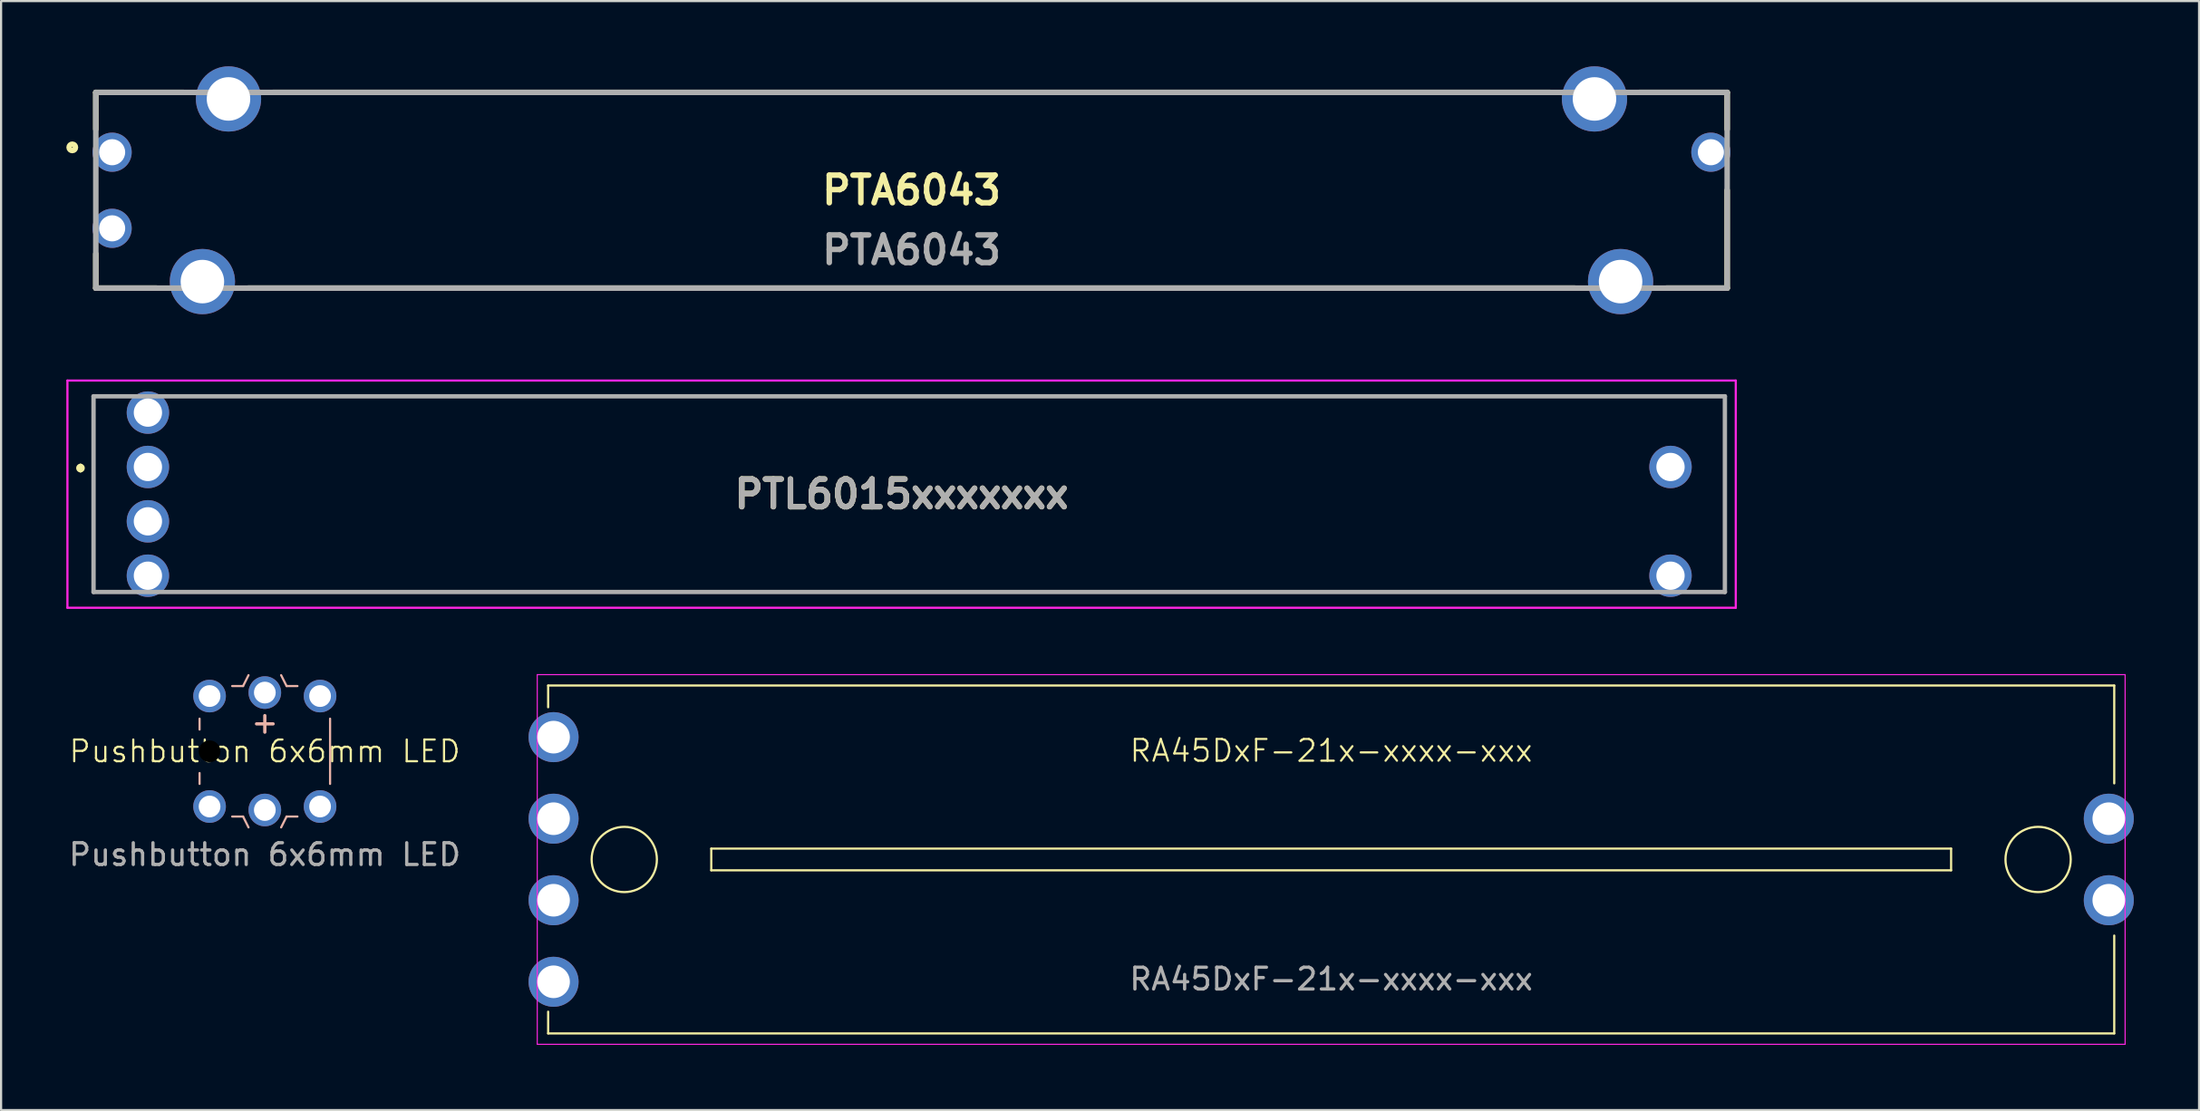
<source format=kicad_pcb>
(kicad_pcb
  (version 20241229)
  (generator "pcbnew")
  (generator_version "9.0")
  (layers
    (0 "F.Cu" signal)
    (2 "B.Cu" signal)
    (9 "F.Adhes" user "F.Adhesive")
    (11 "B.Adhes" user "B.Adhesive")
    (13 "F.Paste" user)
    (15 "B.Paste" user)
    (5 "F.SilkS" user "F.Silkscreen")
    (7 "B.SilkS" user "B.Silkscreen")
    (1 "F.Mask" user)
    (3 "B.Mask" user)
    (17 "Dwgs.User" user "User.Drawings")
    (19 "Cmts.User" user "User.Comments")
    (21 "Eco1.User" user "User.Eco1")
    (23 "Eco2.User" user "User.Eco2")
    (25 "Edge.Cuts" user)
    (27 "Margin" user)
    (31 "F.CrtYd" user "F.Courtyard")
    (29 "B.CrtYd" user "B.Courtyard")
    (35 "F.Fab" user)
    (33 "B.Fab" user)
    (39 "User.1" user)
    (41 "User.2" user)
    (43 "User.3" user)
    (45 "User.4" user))
  (footprint "Pushbutton 6x6mm LED"
    (layer "F.Cu")
    (at 9.125 31.5)
    (property "Reference" "Pushbutton 6x6mm LED" (at 0 0 0) (unlocked yes) (layer "F.SilkS") (effects (font (size 1 1) (thickness 0.1))))
    (attr through_hole)
    (fp_line (start -3 -1.5) (end -3 -1) (stroke (width 0.1) (type default)) (layer "B.SilkS"))
    (fp_line (start -3 1) (end -3 1.5) (stroke (width 0.1) (type default)) (layer "B.SilkS"))
    (fp_line (start -1.5 -3) (end -1 -3) (stroke (width 0.1) (type default)) (layer "B.SilkS"))
    (fp_line (start -1.5 3) (end -1 3) (stroke (width 0.1) (type default)) (layer "B.SilkS"))
    (fp_line (start -1 3) (end -0.75 3.5) (stroke (width 0.1) (type default)) (layer "B.SilkS"))
    (fp_line (start -0.75 -3.5) (end -1 -3) (stroke (width 0.1) (type default)) (layer "B.SilkS"))
    (fp_line (start 0.75 -3.5) (end 1 -3) (stroke (width 0.1) (type default)) (layer "B.SilkS"))
    (fp_line (start 1 -3) (end 1.5 -3) (stroke (width 0.1) (type default)) (layer "B.SilkS"))
    (fp_line (start 1 3) (end 0.75 3.5) (stroke (width 0.1) (type default)) (layer "B.SilkS"))
    (fp_line (start 1 3) (end 1.5 3) (stroke (width 0.1) (type default)) (layer "B.SilkS"))
    (fp_line (start 3 -1.5) (end 3 1.5) (stroke (width 0.1) (type default)) (layer "B.SilkS"))
    (fp_text user "+" (at 0 -0.75 0) (unlocked yes) (layer "B.SilkS") (effects (font (size 1 1) (thickness 0.15)) (justify bottom mirror)))
    (fp_text user "${REFERENCE}" (at 0 4.75 0) (unlocked yes) (layer "F.Fab") (effects (font (size 1 1) (thickness 0.15))))
    (pad "" np_thru_hole circle (at -2.54 0) (size 1.5 1.5) (drill 1) (layers "*.Mask"))
    (pad "1" thru_hole circle (at 2.54 -2.54) (size 1.5 1.5) (drill 1) (layers "*.Cu" "*.Mask"))
    (pad "1" thru_hole circle (at 2.54 2.54) (size 1.5 1.5) (drill 1) (layers "*.Cu" "*.Mask"))
    (pad "2" thru_hole circle (at -2.54 -2.54) (size 1.5 1.5) (drill 1) (layers "*.Cu" "*.Mask"))
    (pad "2" thru_hole circle (at -2.54 2.54) (size 1.5 1.5) (drill 1) (layers "*.Cu" "*.Mask"))
    (pad "3" thru_hole circle (at 0 2.7) (size 1.5 1.5) (drill 1) (layers "*.Cu" "*.Mask"))
    (pad "4" thru_hole circle (at 0 -2.7) (size 1.5 1.5) (drill 1) (layers "*.Cu" "*.Mask")))
  (footprint "RA45DxF-21x-xxxx-xxx"
    (layer "F.Cu")
    (at 58.15 36.475)
    (property "Reference" "RA45DxF-21x-xxxx-xxx" (at 0 -5 0) (unlocked yes) (layer "F.SilkS") (effects (font (size 1 1) (thickness 0.1))))
    (attr through_hole)
    (fp_line (start -36 -8) (end -36 -7) (stroke (width 0.1) (type default)) (layer "F.SilkS"))
    (fp_line (start -36 7) (end -36 8) (stroke (width 0.1) (type default)) (layer "F.SilkS"))
    (fp_line (start -36 8) (end 36 8) (stroke (width 0.1) (type default)) (layer "F.SilkS"))
    (fp_line (start -28.5 -0.5) (end -28.5 0.5) (stroke (width 0.1) (type default)) (layer "F.SilkS"))
    (fp_line (start -28.5 -0.5) (end 28.5 -0.5) (stroke (width 0.1) (type default)) (layer "F.SilkS"))
    (fp_line (start 28.5 -0.5) (end 28.5 0.5) (stroke (width 0.1) (type default)) (layer "F.SilkS"))
    (fp_line (start 28.5 0.5) (end -28.5 0.5) (stroke (width 0.1) (type default)) (layer "F.SilkS"))
    (fp_line (start 36 -8) (end -36 -8) (stroke (width 0.1) (type default)) (layer "F.SilkS"))
    (fp_line (start 36 -3.5) (end 36 -8) (stroke (width 0.1) (type default)) (layer "F.SilkS"))
    (fp_line (start 36 8) (end 36 3.5) (stroke (width 0.1) (type default)) (layer "F.SilkS"))
    (fp_circle (center -32.5 0) (end -31 0) (stroke (width 0.1) (type default)) (fill no) (layer "F.SilkS"))
    (fp_circle (center 32.5 0) (end 34 0) (stroke (width 0.1) (type default)) (fill no) (layer "F.SilkS"))
    (fp_line (start -36.5 -8.5) (end 36.5 -8.5) (stroke (width 0.05) (type default)) (layer "F.CrtYd"))
    (fp_line (start -36.5 8.5) (end -36.5 -8.5) (stroke (width 0.05) (type default)) (layer "F.CrtYd"))
    (fp_line (start 36.5 -8.5) (end 36.5 8.5) (stroke (width 0.05) (type default)) (layer "F.CrtYd"))
    (fp_line (start 36.5 8.5) (end -36.5 8.5) (stroke (width 0.05) (type default)) (layer "F.CrtYd"))
    (fp_text user "${REFERENCE}" (at 0 5.5 0) (unlocked yes) (layer "F.Fab") (effects (font (size 1 1) (thickness 0.15))))
    (pad "1" thru_hole circle (at -35.75 -1.875) (size 2.3 2.3) (drill 1.5) (layers "*.Cu" "*.Mask"))
    (pad "2" thru_hole circle (at -35.75 -5.625) (size 2.3 2.3) (drill 1.5) (layers "*.Cu" "*.Mask"))
    (pad "3" thru_hole circle (at 35.75 -1.875) (size 2.3 2.3) (drill 1.5) (layers "*.Cu" "*.Mask"))
    (pad "4" thru_hole circle (at -35.75 1.875) (size 2.3 2.3) (drill 1.5) (layers "*.Cu" "*.Mask"))
    (pad "5" thru_hole circle (at -35.75 5.625) (size 2.3 2.3) (drill 1.5) (layers "*.Cu" "*.Mask"))
    (pad "6" thru_hole circle (at 35.75 1.875) (size 2.3 2.3) (drill 1.5) (layers "*.Cu" "*.Mask")))
  (footprint "PTL6015xxxxxxx"
    (layer "F.Cu")
    (at 38.75 19.675)
    (property "Reference" "PTL6015xxxxxxx" (at -0.35 0 0) (layer "F.SilkS") (effects (font (size 1.27 1.27) (thickness 0.254))))
    (attr through_hole)
    (fp_line (start -38.1 -1.3) (end -38.1 -1.3) (stroke (width 0.2) (type solid)) (layer "F.SilkS"))
    (fp_line (start -38.1 -1.1) (end -38.1 -1.1) (stroke (width 0.2) (type solid)) (layer "F.SilkS"))
    (fp_line (start -37.5 -4.5) (end -37.5 4.5) (stroke (width 0.1) (type solid)) (layer "F.SilkS"))
    (fp_line (start -37.5 4.5) (end -36.5 4.5) (stroke (width 0.1) (type solid)) (layer "F.SilkS"))
    (fp_line (start -36.5 -4.5) (end -37.5 -4.5) (stroke (width 0.1) (type solid)) (layer "F.SilkS"))
    (fp_line (start -33.5 4.5) (end 33.5 4.5) (stroke (width 0.1) (type solid)) (layer "F.SilkS"))
    (fp_line (start 36.5 4.5) (end 37.5 4.5) (stroke (width 0.1) (type solid)) (layer "F.SilkS"))
    (fp_line (start 37.5 -4.5) (end -33.5 -4.5) (stroke (width 0.1) (type solid)) (layer "F.SilkS"))
    (fp_line (start 37.5 4.5) (end 37.5 -4.5) (stroke (width 0.1) (type solid)) (layer "F.SilkS"))
    (fp_arc (start -38.1 -1.3) (mid -38 -1.2) (end -38.1 -1.1) (stroke (width 0.2) (type solid)) (layer "F.SilkS"))
    (fp_arc (start -38.1 -1.1) (mid -38.2 -1.2) (end -38.1 -1.3) (stroke (width 0.2) (type solid)) (layer "F.SilkS"))
    (fp_line (start -38.7 -5.225) (end 38 -5.225) (stroke (width 0.1) (type solid)) (layer "F.CrtYd"))
    (fp_line (start -38.7 5.225) (end -38.7 -5.225) (stroke (width 0.1) (type solid)) (layer "F.CrtYd"))
    (fp_line (start 38 -5.225) (end 38 5.225) (stroke (width 0.1) (type solid)) (layer "F.CrtYd"))
    (fp_line (start 38 5.225) (end -38.7 5.225) (stroke (width 0.1) (type solid)) (layer "F.CrtYd"))
    (fp_line (start -37.5 -4.5) (end 37.5 -4.5) (stroke (width 0.2) (type solid)) (layer "F.Fab"))
    (fp_line (start -37.5 4.5) (end -37.5 -4.5) (stroke (width 0.2) (type solid)) (layer "F.Fab"))
    (fp_line (start 37.5 -4.5) (end 37.5 4.5) (stroke (width 0.2) (type solid)) (layer "F.Fab"))
    (fp_line (start 37.5 4.5) (end -37.5 4.5) (stroke (width 0.2) (type solid)) (layer "F.Fab"))
    (fp_text user "${REFERENCE}" (at -0.35 0 0) (layer "F.Fab") (effects (font (size 1.27 1.27) (thickness 0.254))))
    (pad "1" thru_hole circle (at -35 -1.25) (size 1.95 1.95) (drill 1.3) (layers "*.Cu" "*.Mask"))
    (pad "2" thru_hole circle (at -35 -3.75) (size 1.95 1.95) (drill 1.3) (layers "*.Cu" "*.Mask"))
    (pad "3" thru_hole circle (at 35 -1.25) (size 1.95 1.95) (drill 1.3) (layers "*.Cu" "*.Mask"))
    (pad "B1" thru_hole circle (at 35 3.75) (size 1.95 1.95) (drill 1.3) (layers "*.Cu" "*.Mask"))
    (pad "E1" thru_hole circle (at -35 3.75) (size 1.95 1.95) (drill 1.3) (layers "*.Cu" "*.Mask"))
    (pad "L1" thru_hole circle (at -35 1.25) (size 1.95 1.95) (drill 1.3) (layers "*.Cu" "*.Mask")))
  (footprint "PTA6043"
    (layer "F.Cu")
    (at 38.855 5.7)
    (property "Reference" "PTA6043" (at 0 0 0) (layer "F.SilkS") (effects (font (size 1.27 1.27) (thickness 0.254))))
    (attr through_hole)
    (fp_line (start -37.5 -4.5) (end -37.5 -2.807) (stroke (width 0.254) (type solid)) (layer "F.SilkS"))
    (fp_line (start -37.5 -4.5) (end -33.467 -4.5) (stroke (width 0.254) (type solid)) (layer "F.SilkS"))
    (fp_line (start -37.5 4.5) (end -37.5 2.925) (stroke (width 0.254) (type solid)) (layer "F.SilkS"))
    (fp_line (start -37.5 4.5) (end -34.701 4.5) (stroke (width 0.254) (type solid)) (layer "F.SilkS"))
    (fp_line (start -30.5 4.5) (end 30.5 4.5) (stroke (width 0.254) (type solid)) (layer "F.SilkS"))
    (fp_line (start -29.35 -4.5) (end 29.35 -4.5) (stroke (width 0.254) (type solid)) (layer "F.SilkS"))
    (fp_line (start 37.5 -4.5) (end 33.467 -4.5) (stroke (width 0.254) (type solid)) (layer "F.SilkS"))
    (fp_line (start 37.5 -4.5) (end 37.5 -2.807) (stroke (width 0.254) (type solid)) (layer "F.SilkS"))
    (fp_line (start 37.5 4.5) (end 34.701 4.5) (stroke (width 0.254) (type solid)) (layer "F.SilkS"))
    (fp_line (start 37.5 4.5) (end 37.5 0) (stroke (width 0.254) (type solid)) (layer "F.SilkS"))
    (fp_circle (center -38.582 -1.973) (end -38.582 -1.827) (stroke (width 0.254) (type solid)) (fill no) (layer "F.SilkS"))
    (fp_line (start -37.5 -4.5) (end 37.5 -4.5) (stroke (width 0.254) (type solid)) (layer "F.Fab"))
    (fp_line (start -37.5 4.5) (end -37.5 -4.5) (stroke (width 0.254) (type solid)) (layer "F.Fab"))
    (fp_line (start 37.5 -4.5) (end 37.5 4.5) (stroke (width 0.254) (type solid)) (layer "F.Fab"))
    (fp_line (start 37.5 4.5) (end -37.5 4.5) (stroke (width 0.254) (type solid)) (layer "F.Fab"))
    (fp_text user "${REFERENCE}" (at 0 2.75 0) (layer "F.Fab") (effects (font (size 1.27 1.27) (thickness 0.254))))
    (pad "1" thru_hole circle (at -36.75 -1.75) (size 1.8 1.8) (drill 1.2) (layers "*.Cu" "*.Mask"))
    (pad "2" thru_hole circle (at -36.75 1.75) (size 1.8 1.8) (drill 1.2) (layers "*.Cu" "*.Mask"))
    (pad "3" thru_hole circle (at 36.75 -1.75) (size 1.8 1.8) (drill 1.2) (layers "*.Cu" "*.Mask"))
    (pad "4" thru_hole circle (at 31.4 -4.2) (size 3 3) (drill 2) (layers "*.Cu" "*.Mask"))
    (pad "5" thru_hole circle (at -31.4 -4.2) (size 3 3) (drill 2) (layers "*.Cu" "*.Mask"))
    (pad "6" thru_hole circle (at -32.6 4.2) (size 3 3) (drill 2) (layers "*.Cu" "*.Mask"))
    (pad "7" thru_hole circle (at 32.6 4.2) (size 3 3) (drill 2) (layers "*.Cu" "*.Mask")))
  (gr_rect
    (start -3 -3)
    (end 98.05 48)
    (stroke (width 0.1) (type default))
    (fill no)
    (layer "Edge.Cuts")))
</source>
